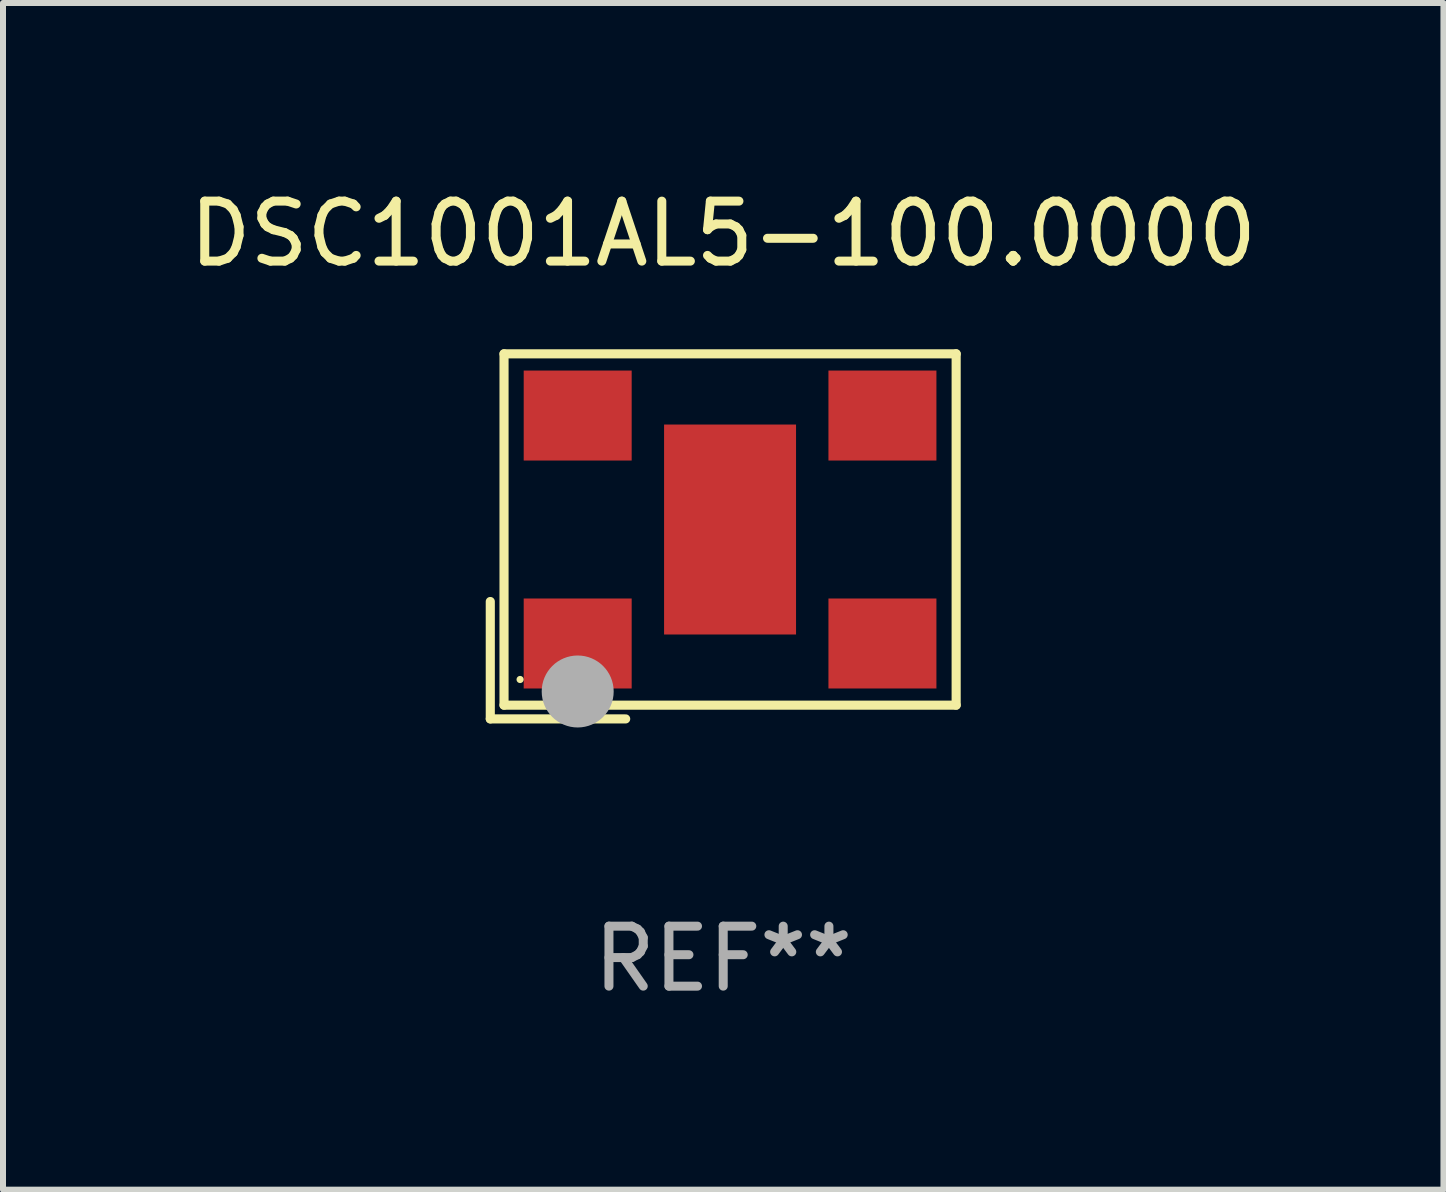
<source format=kicad_pcb>
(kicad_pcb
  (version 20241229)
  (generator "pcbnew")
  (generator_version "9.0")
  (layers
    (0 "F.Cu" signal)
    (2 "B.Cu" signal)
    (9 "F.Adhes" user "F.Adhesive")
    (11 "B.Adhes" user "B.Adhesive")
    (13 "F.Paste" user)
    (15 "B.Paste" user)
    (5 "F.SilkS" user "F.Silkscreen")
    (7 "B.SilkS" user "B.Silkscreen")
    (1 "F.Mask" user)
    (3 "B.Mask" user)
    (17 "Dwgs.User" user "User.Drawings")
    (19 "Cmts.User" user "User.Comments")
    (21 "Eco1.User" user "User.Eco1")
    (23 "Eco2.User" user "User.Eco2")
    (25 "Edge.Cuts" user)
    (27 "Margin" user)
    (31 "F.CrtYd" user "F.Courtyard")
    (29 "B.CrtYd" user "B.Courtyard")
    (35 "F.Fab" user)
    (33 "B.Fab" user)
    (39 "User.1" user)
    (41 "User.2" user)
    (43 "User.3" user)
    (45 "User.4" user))
  (footprint "DSC1001AL5-100.0000"
    (layer "F.Cu")
    (at 9.006 5.891)
    (property "Reference" "DSC1001AL5-100.0000" (at 0 -5.043 0) (layer "F.SilkS") (effects (font (size 1 1) (thickness 0.15))))
    (attr through_hole)
    (fp_line (start -3.883 1.086) (end -3.883 3.043) (stroke (width 0.152) (type solid)) (layer "F.SilkS"))
    (fp_line (start -3.883 3.043) (end -1.626 3.043) (stroke (width 0.152) (type solid)) (layer "F.SilkS"))
    (fp_line (start -3.654 -3.043) (end 3.883 -3.043) (stroke (width 0.152) (type solid)) (layer "F.SilkS"))
    (fp_line (start -3.654 2.814) (end -3.654 -3.043) (stroke (width 0.152) (type solid)) (layer "F.SilkS"))
    (fp_line (start 3.883 -3.043) (end 3.883 2.814) (stroke (width 0.152) (type solid)) (layer "F.SilkS"))
    (fp_line (start 3.883 2.814) (end -3.654 2.814) (stroke (width 0.152) (type solid)) (layer "F.SilkS"))
    (fp_circle (center -3.386 2.386) (end -3.356 2.386) (stroke (width 0.06) (type solid)) (fill no) (layer "F.SilkS"))
    (fp_circle (center -2.426 2.586) (end -2.126 2.586) (stroke (width 0.6) (type solid)) (fill no) (layer "F.Fab"))
    (fp_text user "REF**" (at 0 7.043 0) (layer "F.Fab") (effects (font (size 1 1) (thickness 0.15))))
    (pad "1" smd rect (at -2.426 1.786) (size 1.8 1.5) (layers "F.Cu" "F.Mask" "F.Paste"))
    (pad "2" smd rect (at 2.654 1.786) (size 1.8 1.5) (layers "F.Cu" "F.Mask" "F.Paste"))
    (pad "3" smd rect (at 2.654 -2.014) (size 1.8 1.5) (layers "F.Cu" "F.Mask" "F.Paste"))
    (pad "4" smd rect (at -2.426 -2.014) (size 1.8 1.5) (layers "F.Cu" "F.Mask" "F.Paste"))
    (pad "5" smd rect (at 0.114 -0.114) (size 2.2 3.5) (layers "F.Cu" "F.Mask" "F.Paste")))
  (gr_rect
    (start -3 -3)
    (end 21.012 16.782)
    (stroke (width 0.1) (type default))
    (fill no)
    (layer "Edge.Cuts")))
</source>
